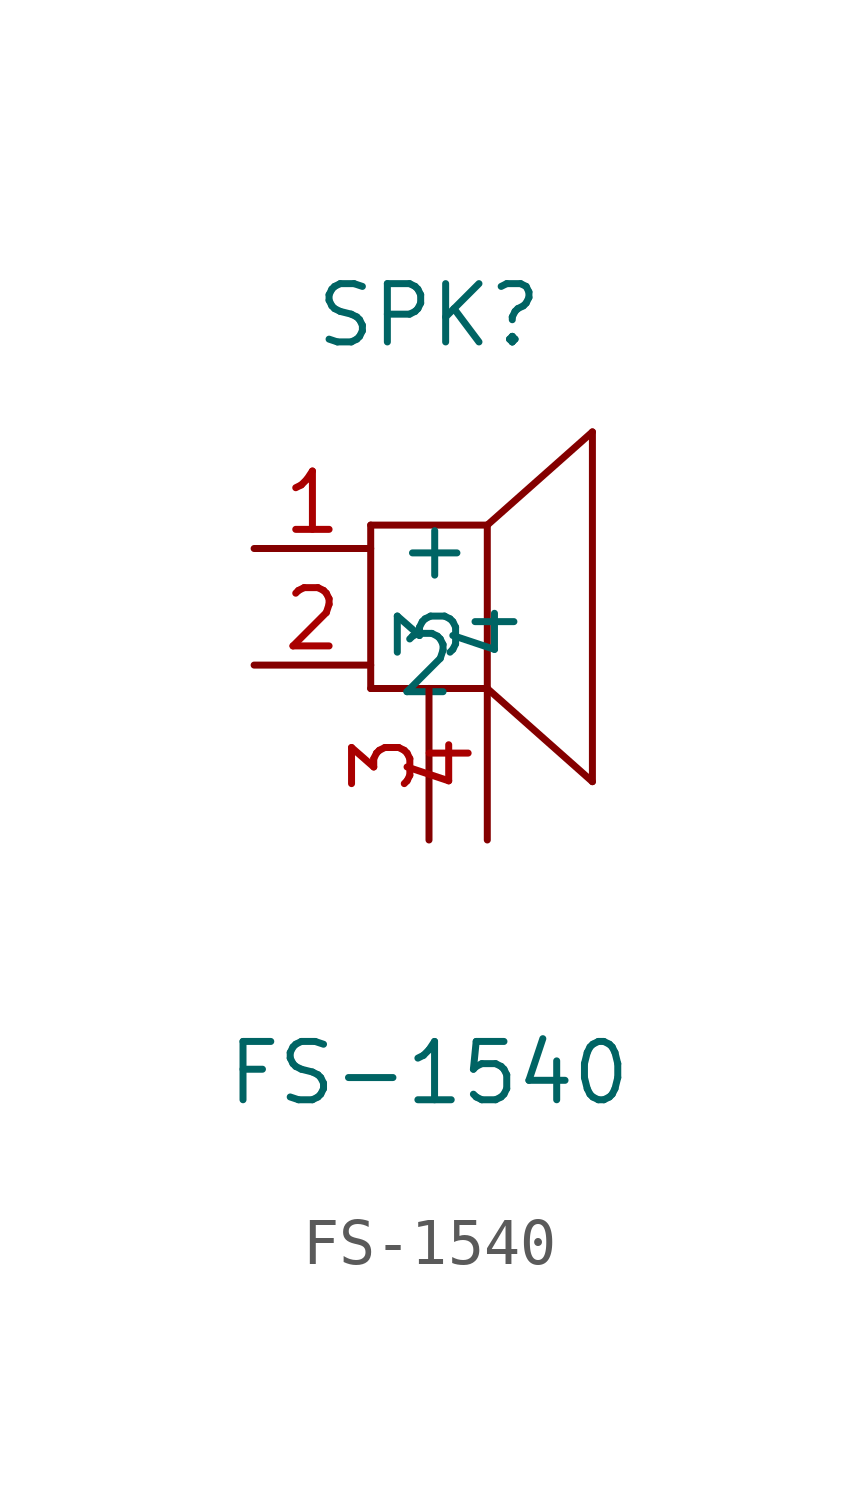
<source format=kicad_sym>
(kicad_symbol_lib
  (version 20211014)
  (generator https://github.com/uPesy/easyeda2kicad.py)
  (symbol "FS-1540"
    (property "Reference" "SPK"
      (at 0 6.35 0)
      (effects (font (size 1.27 1.27))))
    (property "Value" "FS-1540"
      (at 0 -10.16 0)
      (effects (font (size 1.27 1.27))))
    (symbol "FS-1540_0_1"
      (polyline (pts (xy -1.27 1.78) (xy 1.27 1.78)) (stroke (width 0) (type default) (color 0 0 0 0)) (fill (type none)))
      (polyline (pts (xy -1.27 -1.78) (xy 1.27 -1.78)) (stroke (width 0) (type default) (color 0 0 0 0)) (fill (type none)))
      (polyline (pts (xy -1.27 1.78) (xy -1.27 -1.78)) (stroke (width 0) (type default) (color 0 0 0 0)) (fill (type none)))
      (polyline (pts (xy 1.27 1.78) (xy 1.27 -1.78)) (stroke (width 0) (type default) (color 0 0 0 0)) (fill (type none)))
      (polyline (pts (xy 3.56 3.81) (xy 3.56 -3.81)) (stroke (width 0) (type default) (color 0 0 0 0)) (fill (type none)))
      (polyline (pts (xy 1.27 -1.78) (xy 3.56 -3.81)) (stroke (width 0) (type default) (color 0 0 0 0)) (fill (type none)))
      (polyline (pts (xy 3.56 3.81) (xy 1.27 1.78)) (stroke (width 0) (type default) (color 0 0 0 0)) (fill (type none)))
      (pin unspecified line (at 1.27 -5.08 90) (length 3.302) (name "4" (effects (font (size 1.27 1.27)))) (number "4" (effects (font (size 1.27 1.27)))))
      (pin unspecified line (at 0.00 -5.08 90) (length 3.302) (name "3" (effects (font (size 1.27 1.27)))) (number "3" (effects (font (size 1.27 1.27)))))
      (pin unspecified line (at -3.81 -1.27 0) (length 2.54) (name "2" (effects (font (size 1.27 1.27)))) (number "2" (effects (font (size 1.27 1.27)))))
      (pin unspecified line (at -3.81 1.27 0) (length 2.54) (name "+" (effects (font (size 1.27 1.27)))) (number "1" (effects (font (size 1.27 1.27))))))))
</source>
